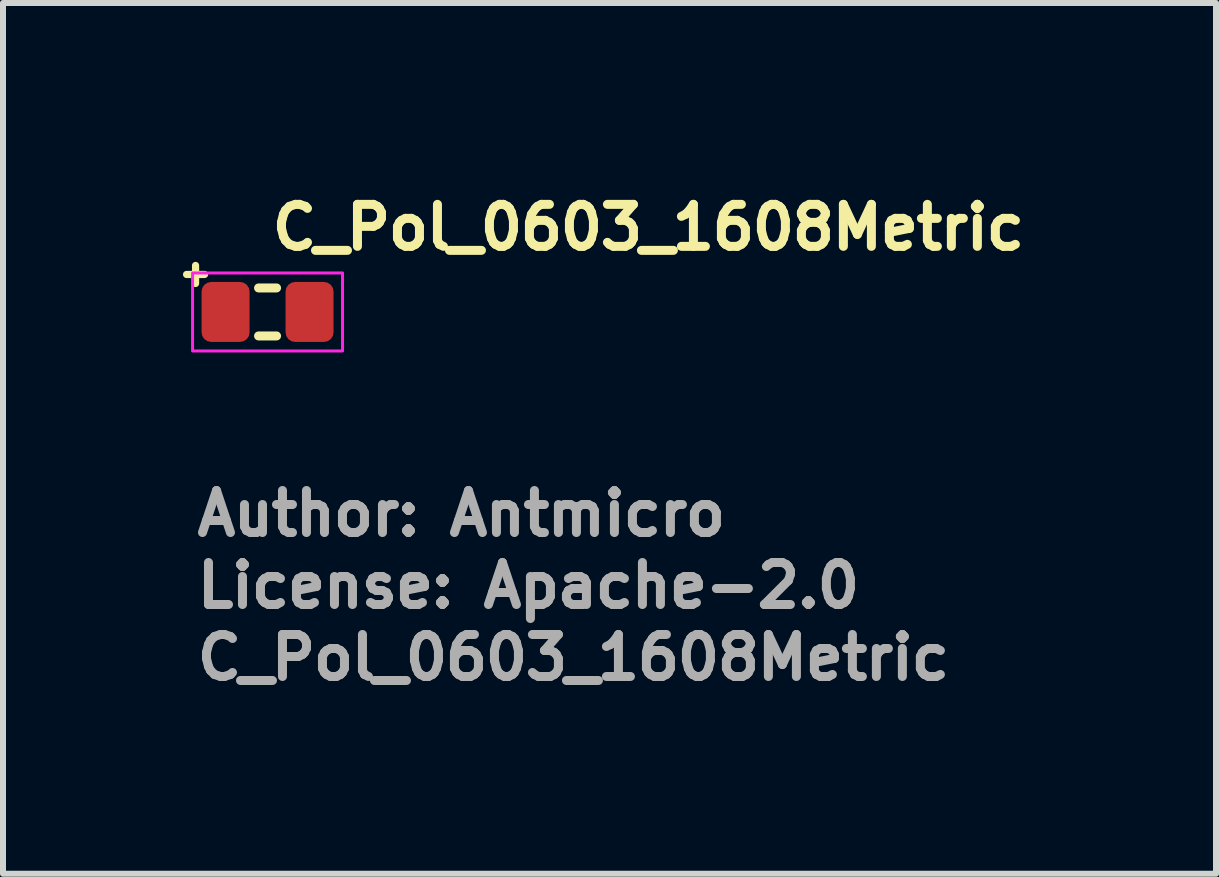
<source format=kicad_pcb>
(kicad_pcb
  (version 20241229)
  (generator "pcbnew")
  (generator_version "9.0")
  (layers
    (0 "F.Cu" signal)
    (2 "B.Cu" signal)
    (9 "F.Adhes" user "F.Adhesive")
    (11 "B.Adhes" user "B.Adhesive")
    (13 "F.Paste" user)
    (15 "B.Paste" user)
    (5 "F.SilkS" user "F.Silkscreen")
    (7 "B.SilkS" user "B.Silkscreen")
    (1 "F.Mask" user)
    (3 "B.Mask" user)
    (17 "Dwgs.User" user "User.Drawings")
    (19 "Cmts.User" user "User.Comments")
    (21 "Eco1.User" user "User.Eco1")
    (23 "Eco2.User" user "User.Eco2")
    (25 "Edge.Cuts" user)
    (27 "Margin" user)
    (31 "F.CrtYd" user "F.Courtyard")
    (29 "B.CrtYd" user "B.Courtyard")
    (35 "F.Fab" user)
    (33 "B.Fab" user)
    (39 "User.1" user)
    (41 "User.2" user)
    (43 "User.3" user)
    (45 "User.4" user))
  (footprint "C_Pol_0603_1608Metric"
    (layer "F.Cu")
    (at 1.41 2.15)
    (property "Reference" "C_Pol_0603_1608Metric" (at 0 -1 0) (layer "F.SilkS") (effects (font (size 0.7 0.7) (thickness 0.15)) (justify left bottom)))
    (attr smd)
    (fp_line (start -1.35 -0.625) (end -1.05 -0.625) (stroke (width 0.12) (type solid)) (layer "F.SilkS"))
    (fp_line (start -1.2 -0.775) (end -1.2 -0.475) (stroke (width 0.12) (type solid)) (layer "F.SilkS"))
    (fp_line (start -0.15 -0.4) (end 0.15 -0.4) (stroke (width 0.15) (type solid)) (layer "F.SilkS"))
    (fp_line (start -0.15 0.4) (end 0.15 0.4) (stroke (width 0.15) (type solid)) (layer "F.SilkS"))
    (fp_rect (start -1.25 -0.65) (end 1.25 0.65) (stroke (width 0.05) (type solid)) (fill no) (layer "F.CrtYd"))
    (fp_rect (start -0.8 -0.425) (end 0.8 0.425) (stroke (width 0.1) (type solid)) (fill no) (layer "User.5"))
    (fp_line (start -0.8 -0.425) (end -0.8 0.425) (stroke (width 0.02) (type solid)) (layer "User.9"))
    (fp_line (start -0.8 0.425) (end 0.8 0.425) (stroke (width 0.02) (type solid)) (layer "User.9"))
    (fp_line (start -0.798 -0.423) (end -0.798 0.423) (stroke (width 0.02) (type solid)) (layer "User.9"))
    (fp_line (start -0.798 -0.423) (end -0.798 0.423) (stroke (width 0.02) (type solid)) (layer "User.9"))
    (fp_line (start -0.798 0.423) (end -0.298 0.423) (stroke (width 0.02) (type solid)) (layer "User.9"))
    (fp_line (start -0.798 0.423) (end -0.298 0.423) (stroke (width 0.02) (type solid)) (layer "User.9"))
    (fp_line (start -0.298 -0.423) (end -0.798 -0.423) (stroke (width 0.02) (type solid)) (layer "User.9"))
    (fp_line (start -0.298 -0.423) (end -0.798 -0.423) (stroke (width 0.02) (type solid)) (layer "User.9"))
    (fp_line (start -0.298 0.423) (end -0.298 -0.423) (stroke (width 0.02) (type solid)) (layer "User.9"))
    (fp_line (start -0.298 0.423) (end -0.298 -0.423) (stroke (width 0.02) (type solid)) (layer "User.9"))
    (fp_line (start 0.8 -0.425) (end -0.8 -0.425) (stroke (width 0.02) (type solid)) (layer "User.9"))
    (fp_line (start 0.8 0.425) (end 0.8 -0.425) (stroke (width 0.02) (type solid)) (layer "User.9"))
    (fp_text user "Author: Antmicro" (at -1.25 3.77 0) (layer "F.Fab") (effects (font (size 0.7 0.7) (thickness 0.15)) (justify left bottom)))
    (fp_text user "${REFERENCE}" (at -1.25 6.17 0) (layer "F.Fab") (effects (font (size 0.7 0.7) (thickness 0.15)) (justify left bottom)))
    (fp_text user "License: Apache-2.0" (at -1.25 4.97 0) (layer "F.Fab") (effects (font (size 0.7 0.7) (thickness 0.15)) (justify left bottom)))
    (pad "1" smd roundrect (at -0.7 0) (size 0.8 1) (layers "F.Cu" "F.Mask" "F.Paste") (roundrect_rratio 0.2))
    (pad "2" smd roundrect (at 0.7 0) (size 0.8 1) (layers "F.Cu" "F.Mask" "F.Paste") (roundrect_rratio 0.2)))
  (gr_rect
    (start -3 -3)
    (end 17.22 11.515)
    (stroke (width 0.1) (type default))
    (fill no)
    (layer "Edge.Cuts")))
</source>
